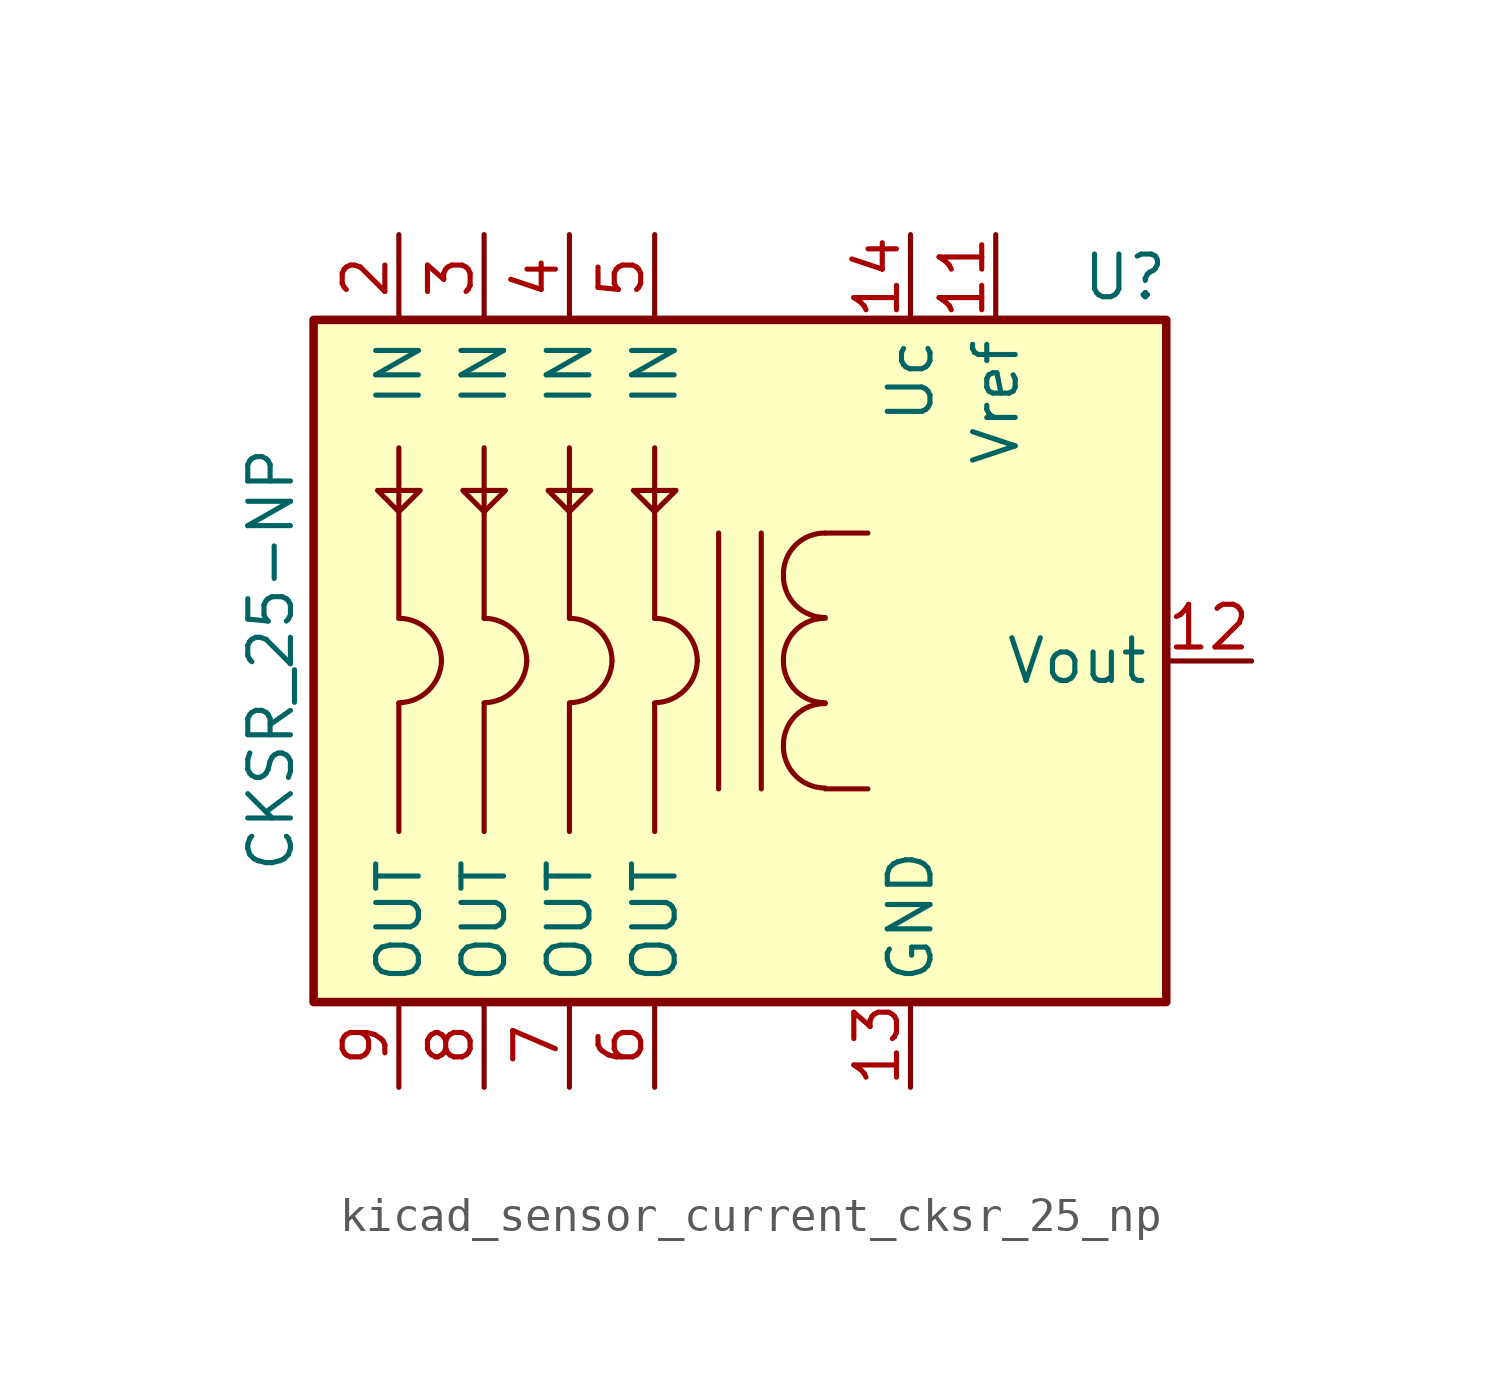
<source format=kicad_sym>
(kicad_symbol_lib
  (version 20220914)
  (generator kicad_symbol_editor)
  (symbol "kicad_sensor_current_cksr_25_np"
    (property "Reference" "U"
      (at 10.16 11.43 0)
      (effects (font (size 1.27 1.27)) (justify left)))
    (property "Value" "CKSR_25-NP"
      (at -13.97 -6.35 90)
      (effects (font (size 1.27 1.27)) (justify left)))
    (symbol "kicad_sensor_current_cksr_25_np_0_1"
      (rectangle (start -12.7 10.16) (end 12.7 -10.16) (stroke (width 0.254) (type default)) (fill (type background)))
      (polyline (pts (xy -10.16 -1.27) (xy -10.16 -5.08)) (stroke (width 0) (type default)) (fill (type none)))
      (polyline (pts (xy -10.16 1.27) (xy -10.16 6.35)) (stroke (width 0) (type default)) (fill (type none)))
      (polyline (pts (xy -7.62 -1.27) (xy -7.62 -5.08)) (stroke (width 0) (type default)) (fill (type none)))
      (polyline (pts (xy -7.62 1.27) (xy -7.62 6.35)) (stroke (width 0) (type default)) (fill (type none)))
      (polyline (pts (xy -5.08 -1.27) (xy -5.08 -5.08)) (stroke (width 0) (type default)) (fill (type none)))
      (polyline (pts (xy -5.08 1.27) (xy -5.08 6.35)) (stroke (width 0) (type default)) (fill (type none)))
      (polyline (pts (xy -2.54 -1.27) (xy -2.54 -5.08)) (stroke (width 0) (type default)) (fill (type none)))
      (polyline (pts (xy -2.54 1.27) (xy -2.54 6.35)) (stroke (width 0) (type default)) (fill (type none)))
      (polyline (pts (xy 2.54 -3.81) (xy 3.81 -3.81)) (stroke (width 0) (type default)) (fill (type none)))
      (polyline (pts (xy 2.54 3.81) (xy 3.81 3.81)) (stroke (width 0) (type default)) (fill (type none)))
      (polyline (pts (xy -9.525 5.08) (xy -10.795 5.08) (xy -10.16 4.445) (xy -9.525 5.08)) (stroke (width 0) (type default)) (fill (type none)))
      (polyline (pts (xy -6.985 5.08) (xy -8.255 5.08) (xy -7.62 4.445) (xy -6.985 5.08)) (stroke (width 0) (type default)) (fill (type none)))
      (polyline (pts (xy -4.445 5.08) (xy -5.715 5.08) (xy -5.08 4.445) (xy -4.445 5.08)) (stroke (width 0) (type default)) (fill (type none)))
      (polyline (pts (xy -1.905 5.08) (xy -2.54 4.445) (xy -3.175 5.08) (xy -1.905 5.08)) (stroke (width 0) (type default)) (fill (type none))))
    (symbol "kicad_sensor_current_cksr_25_np_1_1"
      (arc (start -10.16 -1.2446) (mid -9.2799 -0.8801) (end -8.89 0) (stroke (width 0) (type default)) (fill (type none)))
      (arc (start -8.89 0) (mid -9.262 0.898) (end -10.16 1.27) (stroke (width 0) (type default)) (fill (type none)))
      (arc (start -7.62 -1.2446) (mid -6.7399 -0.8801) (end -6.35 0) (stroke (width 0) (type default)) (fill (type none)))
      (arc (start -6.35 0) (mid -6.722 0.898) (end -7.62 1.27) (stroke (width 0) (type default)) (fill (type none)))
      (arc (start -5.08 -1.2446) (mid -4.1999 -0.8801) (end -3.81 0) (stroke (width 0) (type default)) (fill (type none)))
      (arc (start -3.81 0) (mid -4.182 0.898) (end -5.08 1.27) (stroke (width 0) (type default)) (fill (type none)))
      (arc (start -2.54 -1.2446) (mid -1.6599 -0.8801) (end -1.27 0) (stroke (width 0) (type default)) (fill (type none)))
      (arc (start -1.27 0) (mid -1.642 0.898) (end -2.54 1.27) (stroke (width 0) (type default)) (fill (type none)))
      (polyline (pts (xy -0.635 3.81) (xy -0.635 -3.81)) (stroke (width 0) (type default)) (fill (type none)))
      (polyline (pts (xy 0.635 -3.81) (xy 0.635 3.81)) (stroke (width 0) (type default)) (fill (type none)))
      (arc (start 1.2954 -2.54) (mid 1.6599 -3.4201) (end 2.54 -3.7846) (stroke (width 0) (type default)) (fill (type none)))
      (arc (start 1.2954 0) (mid 1.6599 -0.8801) (end 2.54 -1.2446) (stroke (width 0) (type default)) (fill (type none)))
      (arc (start 1.2954 2.54) (mid 1.6599 1.6599) (end 2.54 1.2954) (stroke (width 0) (type default)) (fill (type none)))
      (arc (start 2.54 -1.27) (mid 1.642 -1.642) (end 1.2954 -2.54) (stroke (width 0) (type default)) (fill (type none)))
      (arc (start 2.54 1.27) (mid 1.642 0.898) (end 1.2954 0) (stroke (width 0) (type default)) (fill (type none)))
      (arc (start 2.54 3.81) (mid 1.642 3.438) (end 1.2954 2.54) (stroke (width 0) (type default)) (fill (type none)))
      (pin bidirectional line (at 7.62 12.7 270) (length 2.54) (name "Vref" (effects (font (size 1.27 1.27)))) (number "11" (effects (font (size 1.27 1.27)))))
      (pin output line (at 15.24 0 180) (length 2.54) (name "Vout" (effects (font (size 1.27 1.27)))) (number "12" (effects (font (size 1.27 1.27)))))
      (pin power_in line (at 5.08 -12.7 90) (length 2.54) (name "GND" (effects (font (size 1.27 1.27)))) (number "13" (effects (font (size 1.27 1.27)))))
      (pin power_in line (at 5.08 12.7 270) (length 2.54) (name "Uc" (effects (font (size 1.27 1.27)))) (number "14" (effects (font (size 1.27 1.27)))))
      (pin passive line (at -10.16 12.7 270) (length 2.54) (name "IN" (effects (font (size 1.27 1.27)))) (number "2" (effects (font (size 1.27 1.27)))))
      (pin passive line (at -7.62 12.7 270) (length 2.54) (name "IN" (effects (font (size 1.27 1.27)))) (number "3" (effects (font (size 1.27 1.27)))))
      (pin passive line (at -5.08 12.7 270) (length 2.54) (name "IN" (effects (font (size 1.27 1.27)))) (number "4" (effects (font (size 1.27 1.27)))))
      (pin passive line (at -2.54 12.7 270) (length 2.54) (name "IN" (effects (font (size 1.27 1.27)))) (number "5" (effects (font (size 1.27 1.27)))))
      (pin passive line (at -2.54 -12.7 90) (length 2.54) (name "OUT" (effects (font (size 1.27 1.27)))) (number "6" (effects (font (size 1.27 1.27)))))
      (pin passive line (at -5.08 -12.7 90) (length 2.54) (name "OUT" (effects (font (size 1.27 1.27)))) (number "7" (effects (font (size 1.27 1.27)))))
      (pin passive line (at -7.62 -12.7 90) (length 2.54) (name "OUT" (effects (font (size 1.27 1.27)))) (number "8" (effects (font (size 1.27 1.27)))))
      (pin passive line (at -10.16 -12.7 90) (length 2.54) (name "OUT" (effects (font (size 1.27 1.27)))) (number "9" (effects (font (size 1.27 1.27))))))))
</source>
